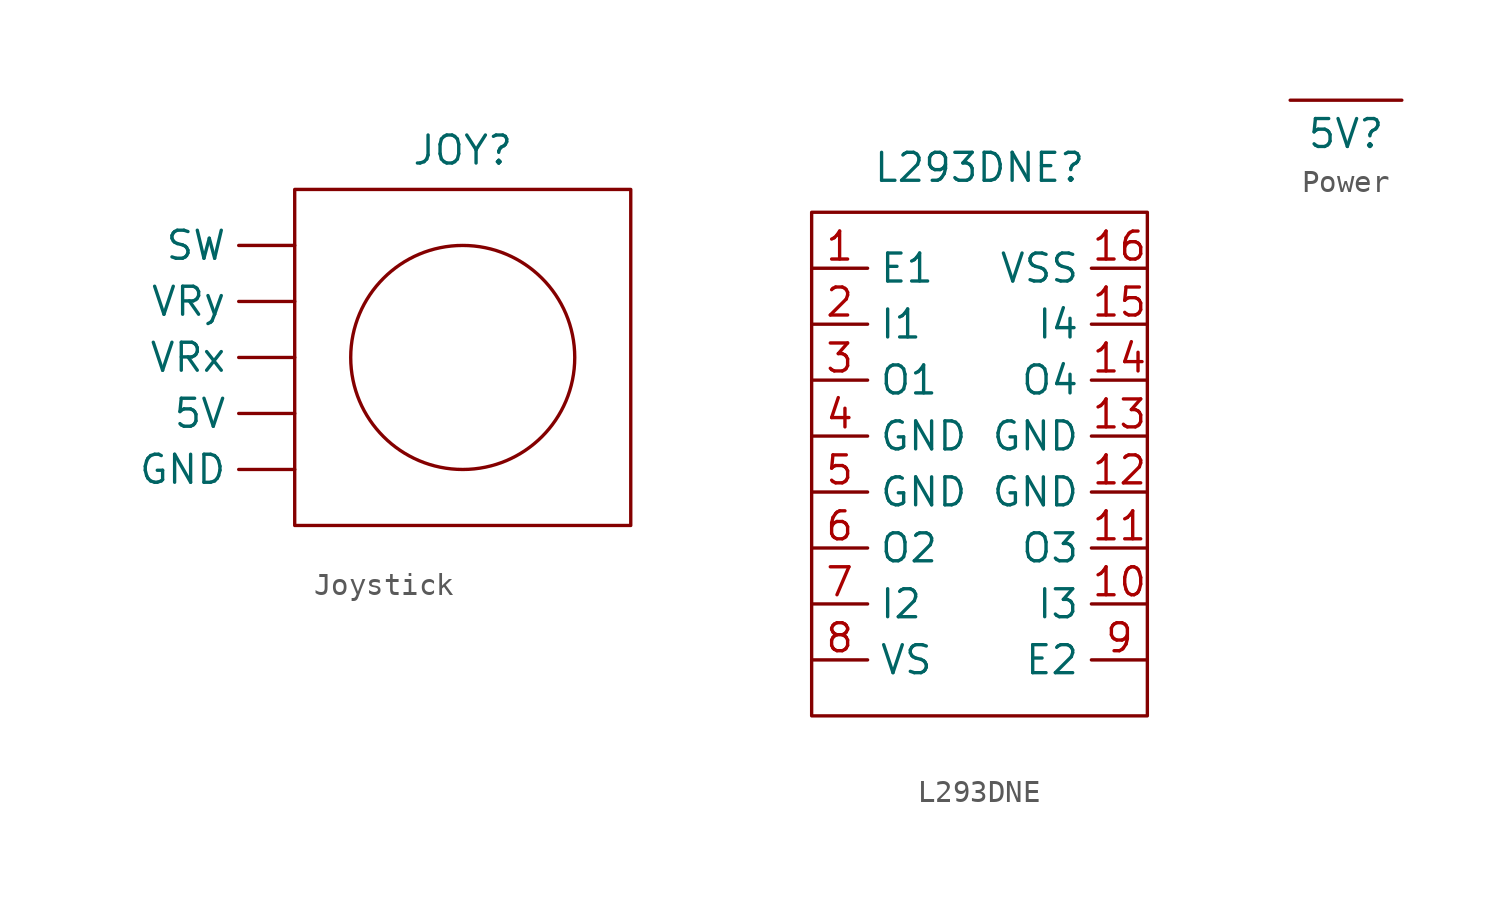
<source format=kicad_sym>
(kicad_symbol_lib
  (version 20231120)
  (generator "kicad_symbol_editor")
  (generator_version "8.0")
  (symbol "Joystick"
    (property "Reference" "JOY"
      (at 0 8.128 0)
      (effects (font (size 1.27 1.27))))
    (property "Value" ""
      (at 0 0 0)
      (effects (font (size 1.27 1.27))))
    (symbol "Joystick_0_1"
      (rectangle (start -7.62 6.35) (end 7.62 -8.89) (stroke (width 0) (type default)) (fill (type none)))
      (circle (center 0 -1.27) (radius 5.08) (stroke (width 0) (type default)) (fill (type none))))
    (symbol "Joystick_1_1"
      (pin power_in line (at -7.62 -3.81 180) (length 2.54) (name "5V" (effects (font (size 1.27 1.27)))) (number "" (effects (font (size 1.27 1.27)))))
      (pin power_in line (at -7.62 -6.35 180) (length 2.54) (name "GND" (effects (font (size 1.27 1.27)))) (number "" (effects (font (size 1.27 1.27)))))
      (pin input line (at -7.62 3.81 180) (length 2.54) (name "SW" (effects (font (size 1.27 1.27)))) (number "" (effects (font (size 1.27 1.27)))))
      (pin input line (at -7.62 -1.27 180) (length 2.54) (name "VRx" (effects (font (size 1.27 1.27)))) (number "" (effects (font (size 1.27 1.27)))))
      (pin input line (at -7.62 1.27 180) (length 2.54) (name "VRy" (effects (font (size 1.27 1.27)))) (number "" (effects (font (size 1.27 1.27)))))))
  (symbol "L293DNE"
    (property "Reference" "L293DNE"
      (at 0 14.732 0)
      (effects (font (size 1.27 1.27))))
    (property "Value" ""
      (at 0.254 2.54 0)
      (effects (font (size 1.27 1.27))))
    (symbol "L293DNE_0_1"
      (rectangle (start -7.62 12.7) (end 7.62 -10.16) (stroke (width 0) (type default)) (fill (type none))))
    (symbol "L293DNE_1_1"
      (pin input line (at -7.62 10.16 0) (length 2.54) (name "E1" (effects (font (size 1.27 1.27)))) (number "1" (effects (font (size 1.27 1.27)))))
      (pin input line (at 7.62 -5.08 180) (length 2.54) (name "I3" (effects (font (size 1.27 1.27)))) (number "10" (effects (font (size 1.27 1.27)))))
      (pin input line (at 7.62 -2.54 180) (length 2.54) (name "O3" (effects (font (size 1.27 1.27)))) (number "11" (effects (font (size 1.27 1.27)))))
      (pin power_in line (at 7.62 0 180) (length 2.54) (name "GND" (effects (font (size 1.27 1.27)))) (number "12" (effects (font (size 1.27 1.27)))))
      (pin power_in line (at 7.62 2.54 180) (length 2.54) (name "GND" (effects (font (size 1.27 1.27)))) (number "13" (effects (font (size 1.27 1.27)))))
      (pin input line (at 7.62 5.08 180) (length 2.54) (name "O4" (effects (font (size 1.27 1.27)))) (number "14" (effects (font (size 1.27 1.27)))))
      (pin input line (at 7.62 7.62 180) (length 2.54) (name "I4" (effects (font (size 1.27 1.27)))) (number "15" (effects (font (size 1.27 1.27)))))
      (pin power_in line (at 7.62 10.16 180) (length 2.54) (name "VSS" (effects (font (size 1.27 1.27)))) (number "16" (effects (font (size 1.27 1.27)))))
      (pin input line (at -7.62 7.62 0) (length 2.54) (name "I1" (effects (font (size 1.27 1.27)))) (number "2" (effects (font (size 1.27 1.27)))))
      (pin input line (at -7.62 5.08 0) (length 2.54) (name "O1" (effects (font (size 1.27 1.27)))) (number "3" (effects (font (size 1.27 1.27)))))
      (pin power_in line (at -7.62 2.54 0) (length 2.54) (name "GND" (effects (font (size 1.27 1.27)))) (number "4" (effects (font (size 1.27 1.27)))))
      (pin power_in line (at -7.62 0 0) (length 2.54) (name "GND" (effects (font (size 1.27 1.27)))) (number "5" (effects (font (size 1.27 1.27)))))
      (pin input line (at -7.62 -2.54 0) (length 2.54) (name "O2" (effects (font (size 1.27 1.27)))) (number "6" (effects (font (size 1.27 1.27)))))
      (pin input line (at -7.62 -5.08 0) (length 2.54) (name "I2" (effects (font (size 1.27 1.27)))) (number "7" (effects (font (size 1.27 1.27)))))
      (pin power_in line (at -7.62 -7.62 0) (length 2.54) (name "VS" (effects (font (size 1.27 1.27)))) (number "8" (effects (font (size 1.27 1.27)))))
      (pin power_in line (at 7.62 -7.62 180) (length 2.54) (name "E2" (effects (font (size 1.27 1.27)))) (number "9" (effects (font (size 1.27 1.27)))))))
  (symbol "Power"
    (property "Reference" "5V"
      (at 0 -1.524 0)
      (effects (font (size 1.27 1.27))))
    (property "Value" ""
      (at 0 0 0)
      (effects (font (size 1.27 1.27))))
    (symbol "Power_0_1"
      (polyline (pts (xy -2.54 0) (xy 2.54 0)) (stroke (width 0) (type default)) (fill (type none))))))
</source>
